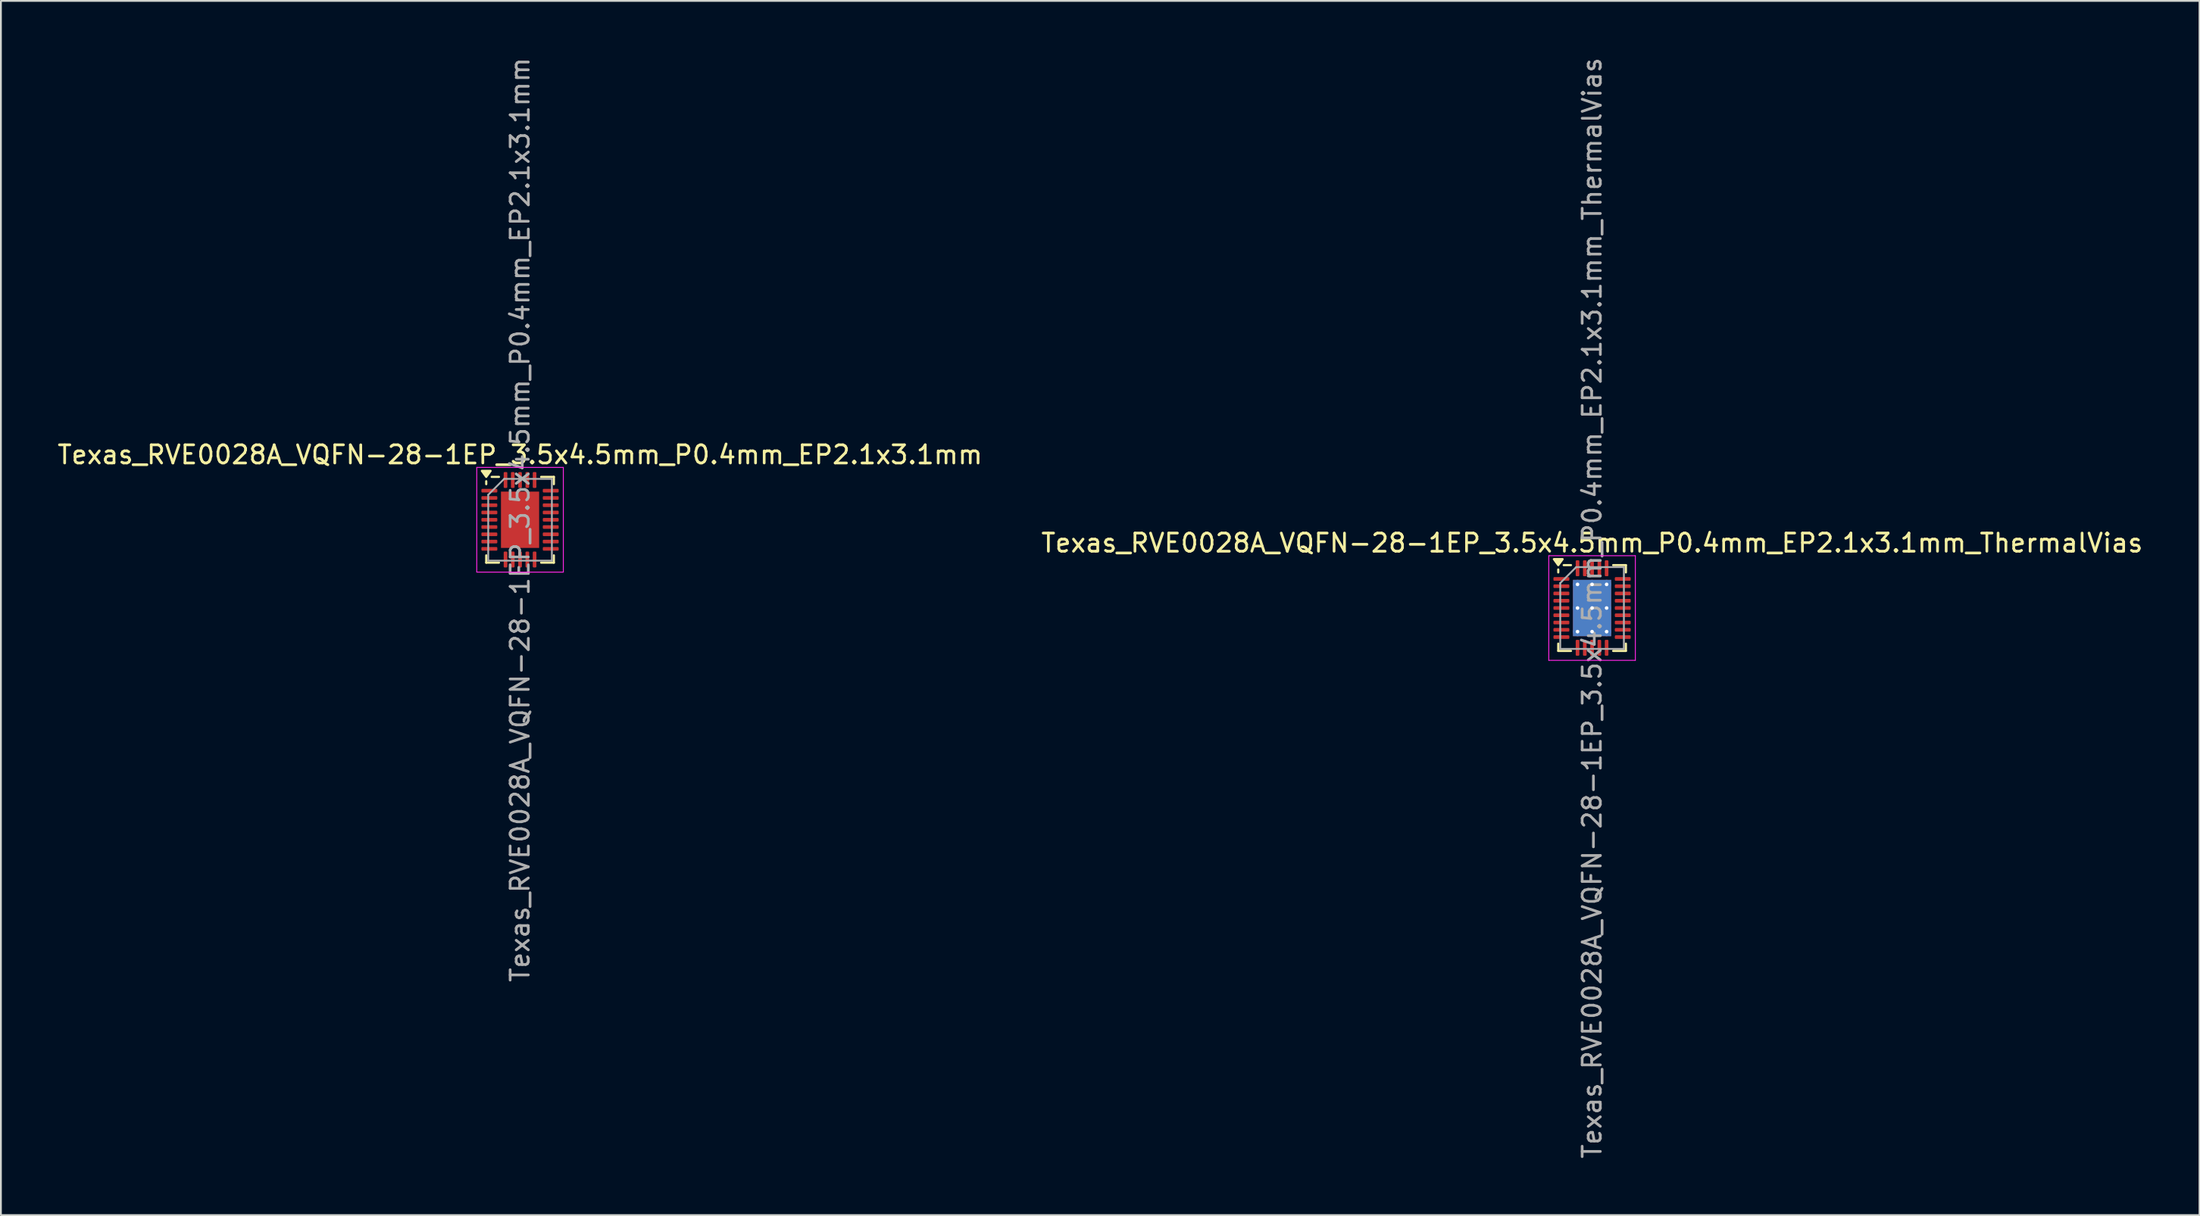
<source format=kicad_pcb>
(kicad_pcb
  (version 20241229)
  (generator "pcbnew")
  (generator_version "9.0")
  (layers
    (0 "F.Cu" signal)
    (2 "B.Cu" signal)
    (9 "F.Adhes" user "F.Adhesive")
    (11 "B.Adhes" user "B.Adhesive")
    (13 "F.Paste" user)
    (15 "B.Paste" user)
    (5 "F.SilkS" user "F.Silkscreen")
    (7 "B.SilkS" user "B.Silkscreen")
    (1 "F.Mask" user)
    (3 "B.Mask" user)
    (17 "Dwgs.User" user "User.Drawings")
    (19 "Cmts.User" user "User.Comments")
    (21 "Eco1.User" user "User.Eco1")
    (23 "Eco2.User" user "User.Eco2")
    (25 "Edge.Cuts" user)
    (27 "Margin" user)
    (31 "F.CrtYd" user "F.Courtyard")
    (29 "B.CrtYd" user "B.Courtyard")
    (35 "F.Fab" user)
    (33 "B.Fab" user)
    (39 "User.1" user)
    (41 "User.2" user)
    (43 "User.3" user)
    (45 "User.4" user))
  (footprint "Texas_RVE0028A_VQFN-28-1EP_3.5x4.5mm_P0.4mm_EP2.1x3.1mm_ThermalVias"
    (layer "F.Cu")
    (at 84.518 30.411)
    (property "Reference" "Texas_RVE0028A_VQFN-28-1EP_3.5x4.5mm_P0.4mm_EP2.1x3.1mm_ThermalVias" (at 0 -3.58 0) (layer "F.SilkS") (effects (font (size 1 1) (thickness 0.15))))
    (attr smd)
    (fp_line (start -1.86 -1.96) (end -1.86 -2.12) (stroke (width 0.12) (type solid)) (layer "F.SilkS"))
    (fp_line (start -1.86 2.36) (end -1.86 1.96) (stroke (width 0.12) (type solid)) (layer "F.SilkS"))
    (fp_line (start -1.16 -2.36) (end -1.56 -2.36) (stroke (width 0.12) (type solid)) (layer "F.SilkS"))
    (fp_line (start -1.16 2.36) (end -1.86 2.36) (stroke (width 0.12) (type solid)) (layer "F.SilkS"))
    (fp_line (start 1.16 -2.36) (end 1.86 -2.36) (stroke (width 0.12) (type solid)) (layer "F.SilkS"))
    (fp_line (start 1.16 2.36) (end 1.86 2.36) (stroke (width 0.12) (type solid)) (layer "F.SilkS"))
    (fp_line (start 1.86 -2.36) (end 1.86 -1.96) (stroke (width 0.12) (type solid)) (layer "F.SilkS"))
    (fp_line (start 1.86 2.36) (end 1.86 1.96) (stroke (width 0.12) (type solid)) (layer "F.SilkS"))
    (fp_poly (pts (xy -1.86 -2.36) (xy -2.1 -2.69) (xy -1.62 -2.69) (xy -1.86 -2.36)) (stroke (width 0.12) (type solid)) (fill yes) (layer "F.SilkS"))
    (fp_line (start -2.38 -2.88) (end -2.38 2.88) (stroke (width 0.05) (type solid)) (layer "F.CrtYd"))
    (fp_line (start -2.38 2.88) (end 2.38 2.88) (stroke (width 0.05) (type solid)) (layer "F.CrtYd"))
    (fp_line (start 2.38 -2.88) (end -2.38 -2.88) (stroke (width 0.05) (type solid)) (layer "F.CrtYd"))
    (fp_line (start 2.38 2.88) (end 2.38 -2.88) (stroke (width 0.05) (type solid)) (layer "F.CrtYd"))
    (fp_line (start -1.75 -1.375) (end -0.875 -2.25) (stroke (width 0.1) (type solid)) (layer "F.Fab"))
    (fp_line (start -1.75 2.25) (end -1.75 -1.375) (stroke (width 0.1) (type solid)) (layer "F.Fab"))
    (fp_line (start -0.875 -2.25) (end 1.75 -2.25) (stroke (width 0.1) (type solid)) (layer "F.Fab"))
    (fp_line (start 1.75 -2.25) (end 1.75 2.25) (stroke (width 0.1) (type solid)) (layer "F.Fab"))
    (fp_line (start 1.75 2.25) (end -1.75 2.25) (stroke (width 0.1) (type solid)) (layer "F.Fab"))
    (fp_text user "${REFERENCE}" (at 0 0 90) (layer "F.Fab") (effects (font (size 1 1) (thickness 0.15))))
    (pad "" smd roundrect (at -0.525 -0.775) (size 0.88 1.3) (layers "F.Paste") (roundrect_rratio 0.25))
    (pad "" smd roundrect (at -0.525 0.775) (size 0.88 1.3) (layers "F.Paste") (roundrect_rratio 0.25))
    (pad "" smd roundrect (at 0.525 -0.775) (size 0.88 1.3) (layers "F.Paste") (roundrect_rratio 0.25))
    (pad "" smd roundrect (at 0.525 0.775) (size 0.88 1.3) (layers "F.Paste") (roundrect_rratio 0.25))
    (pad "1" smd roundrect (at -1.688 -1.6) (size 0.875 0.2) (layers "F.Cu" "F.Mask" "F.Paste") (roundrect_rratio 0.25))
    (pad "2" smd roundrect (at -1.688 -1.2) (size 0.875 0.2) (layers "F.Cu" "F.Mask" "F.Paste") (roundrect_rratio 0.25))
    (pad "3" smd roundrect (at -1.688 -0.8) (size 0.875 0.2) (layers "F.Cu" "F.Mask" "F.Paste") (roundrect_rratio 0.25))
    (pad "4" smd roundrect (at -1.688 -0.4) (size 0.875 0.2) (layers "F.Cu" "F.Mask" "F.Paste") (roundrect_rratio 0.25))
    (pad "5" smd roundrect (at -1.688 0) (size 0.875 0.2) (layers "F.Cu" "F.Mask" "F.Paste") (roundrect_rratio 0.25))
    (pad "6" smd roundrect (at -1.688 0.4) (size 0.875 0.2) (layers "F.Cu" "F.Mask" "F.Paste") (roundrect_rratio 0.25))
    (pad "7" smd roundrect (at -1.688 0.8) (size 0.875 0.2) (layers "F.Cu" "F.Mask" "F.Paste") (roundrect_rratio 0.25))
    (pad "8" smd roundrect (at -1.688 1.2) (size 0.875 0.2) (layers "F.Cu" "F.Mask" "F.Paste") (roundrect_rratio 0.25))
    (pad "9" smd roundrect (at -1.688 1.6) (size 0.875 0.2) (layers "F.Cu" "F.Mask" "F.Paste") (roundrect_rratio 0.25))
    (pad "10" smd roundrect (at -0.8 2.188) (size 0.2 0.875) (layers "F.Cu" "F.Mask" "F.Paste") (roundrect_rratio 0.25))
    (pad "11" smd roundrect (at -0.4 2.188) (size 0.2 0.875) (layers "F.Cu" "F.Mask" "F.Paste") (roundrect_rratio 0.25))
    (pad "12" smd roundrect (at 0 2.188) (size 0.2 0.875) (layers "F.Cu" "F.Mask" "F.Paste") (roundrect_rratio 0.25))
    (pad "13" smd roundrect (at 0.4 2.188) (size 0.2 0.875) (layers "F.Cu" "F.Mask" "F.Paste") (roundrect_rratio 0.25))
    (pad "14" smd roundrect (at 0.8 2.188) (size 0.2 0.875) (layers "F.Cu" "F.Mask" "F.Paste") (roundrect_rratio 0.25))
    (pad "15" smd roundrect (at 1.688 1.6) (size 0.875 0.2) (layers "F.Cu" "F.Mask" "F.Paste") (roundrect_rratio 0.25))
    (pad "16" smd roundrect (at 1.688 1.2) (size 0.875 0.2) (layers "F.Cu" "F.Mask" "F.Paste") (roundrect_rratio 0.25))
    (pad "17" smd roundrect (at 1.688 0.8) (size 0.875 0.2) (layers "F.Cu" "F.Mask" "F.Paste") (roundrect_rratio 0.25))
    (pad "18" smd roundrect (at 1.688 0.4) (size 0.875 0.2) (layers "F.Cu" "F.Mask" "F.Paste") (roundrect_rratio 0.25))
    (pad "19" smd roundrect (at 1.688 0) (size 0.875 0.2) (layers "F.Cu" "F.Mask" "F.Paste") (roundrect_rratio 0.25))
    (pad "20" smd roundrect (at 1.688 -0.4) (size 0.875 0.2) (layers "F.Cu" "F.Mask" "F.Paste") (roundrect_rratio 0.25))
    (pad "21" smd roundrect (at 1.688 -0.8) (size 0.875 0.2) (layers "F.Cu" "F.Mask" "F.Paste") (roundrect_rratio 0.25))
    (pad "22" smd roundrect (at 1.688 -1.2) (size 0.875 0.2) (layers "F.Cu" "F.Mask" "F.Paste") (roundrect_rratio 0.25))
    (pad "23" smd roundrect (at 1.688 -1.6) (size 0.875 0.2) (layers "F.Cu" "F.Mask" "F.Paste") (roundrect_rratio 0.25))
    (pad "24" smd roundrect (at 0.8 -2.188) (size 0.2 0.875) (layers "F.Cu" "F.Mask" "F.Paste") (roundrect_rratio 0.25))
    (pad "25" smd roundrect (at 0.4 -2.188) (size 0.2 0.875) (layers "F.Cu" "F.Mask" "F.Paste") (roundrect_rratio 0.25))
    (pad "26" smd roundrect (at 0 -2.188) (size 0.2 0.875) (layers "F.Cu" "F.Mask" "F.Paste") (roundrect_rratio 0.25))
    (pad "27" smd roundrect (at -0.4 -2.188) (size 0.2 0.875) (layers "F.Cu" "F.Mask" "F.Paste") (roundrect_rratio 0.25))
    (pad "28" smd roundrect (at -0.8 -2.188) (size 0.2 0.875) (layers "F.Cu" "F.Mask" "F.Paste") (roundrect_rratio 0.25))
    (pad "29" thru_hole circle (at -0.8 -1.3) (size 0.5 0.5) (drill 0.2) (property pad_prop_heatsink) (layers "*.Cu"))
    (pad "29" thru_hole circle (at -0.8 0) (size 0.5 0.5) (drill 0.2) (property pad_prop_heatsink) (layers "*.Cu"))
    (pad "29" thru_hole circle (at -0.8 1.3) (size 0.5 0.5) (drill 0.2) (property pad_prop_heatsink) (layers "*.Cu"))
    (pad "29" thru_hole circle (at 0 -1.3) (size 0.5 0.5) (drill 0.2) (property pad_prop_heatsink) (layers "*.Cu"))
    (pad "29" thru_hole circle (at 0 0) (size 0.5 0.5) (drill 0.2) (property pad_prop_heatsink) (layers "*.Cu"))
    (pad "29" smd rect (at 0 0) (size 2.1 3.1) (property pad_prop_heatsink) (layers "F.Cu" "F.Mask"))
    (pad "29" smd rect (at 0 0) (size 2.1 3.1) (property pad_prop_heatsink) (layers "B.Cu"))
    (pad "29" thru_hole circle (at 0 1.3) (size 0.5 0.5) (drill 0.2) (property pad_prop_heatsink) (layers "*.Cu"))
    (pad "29" thru_hole circle (at 0.8 -1.3) (size 0.5 0.5) (drill 0.2) (property pad_prop_heatsink) (layers "*.Cu"))
    (pad "29" thru_hole circle (at 0.8 0) (size 0.5 0.5) (drill 0.2) (property pad_prop_heatsink) (layers "*.Cu"))
    (pad "29" thru_hole circle (at 0.8 1.3) (size 0.5 0.5) (drill 0.2) (property pad_prop_heatsink) (layers "*.Cu")))
  (footprint "Texas_RVE0028A_VQFN-28-1EP_3.5x4.5mm_P0.4mm_EP2.1x3.1mm"
    (layer "F.Cu")
    (at 25.554 25.554)
    (property "Reference" "Texas_RVE0028A_VQFN-28-1EP_3.5x4.5mm_P0.4mm_EP2.1x3.1mm" (at 0 -3.58 0) (layer "F.SilkS") (effects (font (size 1 1) (thickness 0.15))))
    (attr smd)
    (fp_line (start -1.86 -1.96) (end -1.86 -2.12) (stroke (width 0.12) (type solid)) (layer "F.SilkS"))
    (fp_line (start -1.86 2.36) (end -1.86 1.96) (stroke (width 0.12) (type solid)) (layer "F.SilkS"))
    (fp_line (start -1.16 -2.36) (end -1.56 -2.36) (stroke (width 0.12) (type solid)) (layer "F.SilkS"))
    (fp_line (start -1.16 2.36) (end -1.86 2.36) (stroke (width 0.12) (type solid)) (layer "F.SilkS"))
    (fp_line (start 1.16 -2.36) (end 1.86 -2.36) (stroke (width 0.12) (type solid)) (layer "F.SilkS"))
    (fp_line (start 1.16 2.36) (end 1.86 2.36) (stroke (width 0.12) (type solid)) (layer "F.SilkS"))
    (fp_line (start 1.86 -2.36) (end 1.86 -1.96) (stroke (width 0.12) (type solid)) (layer "F.SilkS"))
    (fp_line (start 1.86 2.36) (end 1.86 1.96) (stroke (width 0.12) (type solid)) (layer "F.SilkS"))
    (fp_poly (pts (xy -1.86 -2.36) (xy -2.1 -2.69) (xy -1.62 -2.69) (xy -1.86 -2.36)) (stroke (width 0.12) (type solid)) (fill yes) (layer "F.SilkS"))
    (fp_line (start -2.38 -2.88) (end -2.38 2.88) (stroke (width 0.05) (type solid)) (layer "F.CrtYd"))
    (fp_line (start -2.38 2.88) (end 2.38 2.88) (stroke (width 0.05) (type solid)) (layer "F.CrtYd"))
    (fp_line (start 2.38 -2.88) (end -2.38 -2.88) (stroke (width 0.05) (type solid)) (layer "F.CrtYd"))
    (fp_line (start 2.38 2.88) (end 2.38 -2.88) (stroke (width 0.05) (type solid)) (layer "F.CrtYd"))
    (fp_line (start -1.75 -1.375) (end -0.875 -2.25) (stroke (width 0.1) (type solid)) (layer "F.Fab"))
    (fp_line (start -1.75 2.25) (end -1.75 -1.375) (stroke (width 0.1) (type solid)) (layer "F.Fab"))
    (fp_line (start -0.875 -2.25) (end 1.75 -2.25) (stroke (width 0.1) (type solid)) (layer "F.Fab"))
    (fp_line (start 1.75 -2.25) (end 1.75 2.25) (stroke (width 0.1) (type solid)) (layer "F.Fab"))
    (fp_line (start 1.75 2.25) (end -1.75 2.25) (stroke (width 0.1) (type solid)) (layer "F.Fab"))
    (fp_text user "${REFERENCE}" (at 0 0 90) (layer "F.Fab") (effects (font (size 1 1) (thickness 0.15))))
    (pad "" smd roundrect (at -0.525 -0.775) (size 0.85 1.25) (layers "F.Paste") (roundrect_rratio 0.25))
    (pad "" smd roundrect (at -0.525 0.775) (size 0.85 1.25) (layers "F.Paste") (roundrect_rratio 0.25))
    (pad "" smd roundrect (at 0.525 -0.775) (size 0.85 1.25) (layers "F.Paste") (roundrect_rratio 0.25))
    (pad "" smd roundrect (at 0.525 0.775) (size 0.85 1.25) (layers "F.Paste") (roundrect_rratio 0.25))
    (pad "1" smd roundrect (at -1.688 -1.6) (size 0.875 0.2) (layers "F.Cu" "F.Mask" "F.Paste") (roundrect_rratio 0.25))
    (pad "2" smd roundrect (at -1.688 -1.2) (size 0.875 0.2) (layers "F.Cu" "F.Mask" "F.Paste") (roundrect_rratio 0.25))
    (pad "3" smd roundrect (at -1.688 -0.8) (size 0.875 0.2) (layers "F.Cu" "F.Mask" "F.Paste") (roundrect_rratio 0.25))
    (pad "4" smd roundrect (at -1.688 -0.4) (size 0.875 0.2) (layers "F.Cu" "F.Mask" "F.Paste") (roundrect_rratio 0.25))
    (pad "5" smd roundrect (at -1.688 0) (size 0.875 0.2) (layers "F.Cu" "F.Mask" "F.Paste") (roundrect_rratio 0.25))
    (pad "6" smd roundrect (at -1.688 0.4) (size 0.875 0.2) (layers "F.Cu" "F.Mask" "F.Paste") (roundrect_rratio 0.25))
    (pad "7" smd roundrect (at -1.688 0.8) (size 0.875 0.2) (layers "F.Cu" "F.Mask" "F.Paste") (roundrect_rratio 0.25))
    (pad "8" smd roundrect (at -1.688 1.2) (size 0.875 0.2) (layers "F.Cu" "F.Mask" "F.Paste") (roundrect_rratio 0.25))
    (pad "9" smd roundrect (at -1.688 1.6) (size 0.875 0.2) (layers "F.Cu" "F.Mask" "F.Paste") (roundrect_rratio 0.25))
    (pad "10" smd roundrect (at -0.8 2.188) (size 0.2 0.875) (layers "F.Cu" "F.Mask" "F.Paste") (roundrect_rratio 0.25))
    (pad "11" smd roundrect (at -0.4 2.188) (size 0.2 0.875) (layers "F.Cu" "F.Mask" "F.Paste") (roundrect_rratio 0.25))
    (pad "12" smd roundrect (at 0 2.188) (size 0.2 0.875) (layers "F.Cu" "F.Mask" "F.Paste") (roundrect_rratio 0.25))
    (pad "13" smd roundrect (at 0.4 2.188) (size 0.2 0.875) (layers "F.Cu" "F.Mask" "F.Paste") (roundrect_rratio 0.25))
    (pad "14" smd roundrect (at 0.8 2.188) (size 0.2 0.875) (layers "F.Cu" "F.Mask" "F.Paste") (roundrect_rratio 0.25))
    (pad "15" smd roundrect (at 1.688 1.6) (size 0.875 0.2) (layers "F.Cu" "F.Mask" "F.Paste") (roundrect_rratio 0.25))
    (pad "16" smd roundrect (at 1.688 1.2) (size 0.875 0.2) (layers "F.Cu" "F.Mask" "F.Paste") (roundrect_rratio 0.25))
    (pad "17" smd roundrect (at 1.688 0.8) (size 0.875 0.2) (layers "F.Cu" "F.Mask" "F.Paste") (roundrect_rratio 0.25))
    (pad "18" smd roundrect (at 1.688 0.4) (size 0.875 0.2) (layers "F.Cu" "F.Mask" "F.Paste") (roundrect_rratio 0.25))
    (pad "19" smd roundrect (at 1.688 0) (size 0.875 0.2) (layers "F.Cu" "F.Mask" "F.Paste") (roundrect_rratio 0.25))
    (pad "20" smd roundrect (at 1.688 -0.4) (size 0.875 0.2) (layers "F.Cu" "F.Mask" "F.Paste") (roundrect_rratio 0.25))
    (pad "21" smd roundrect (at 1.688 -0.8) (size 0.875 0.2) (layers "F.Cu" "F.Mask" "F.Paste") (roundrect_rratio 0.25))
    (pad "22" smd roundrect (at 1.688 -1.2) (size 0.875 0.2) (layers "F.Cu" "F.Mask" "F.Paste") (roundrect_rratio 0.25))
    (pad "23" smd roundrect (at 1.688 -1.6) (size 0.875 0.2) (layers "F.Cu" "F.Mask" "F.Paste") (roundrect_rratio 0.25))
    (pad "24" smd roundrect (at 0.8 -2.188) (size 0.2 0.875) (layers "F.Cu" "F.Mask" "F.Paste") (roundrect_rratio 0.25))
    (pad "25" smd roundrect (at 0.4 -2.188) (size 0.2 0.875) (layers "F.Cu" "F.Mask" "F.Paste") (roundrect_rratio 0.25))
    (pad "26" smd roundrect (at 0 -2.188) (size 0.2 0.875) (layers "F.Cu" "F.Mask" "F.Paste") (roundrect_rratio 0.25))
    (pad "27" smd roundrect (at -0.4 -2.188) (size 0.2 0.875) (layers "F.Cu" "F.Mask" "F.Paste") (roundrect_rratio 0.25))
    (pad "28" smd roundrect (at -0.8 -2.188) (size 0.2 0.875) (layers "F.Cu" "F.Mask" "F.Paste") (roundrect_rratio 0.25))
    (pad "29" smd rect (at 0 0) (size 2.1 3.1) (property pad_prop_heatsink) (layers "F.Cu" "F.Mask")))
  (gr_rect
    (start -3 -3)
    (end 117.929 63.821)
    (stroke (width 0.1) (type default))
    (fill no)
    (layer "Edge.Cuts")))
</source>
